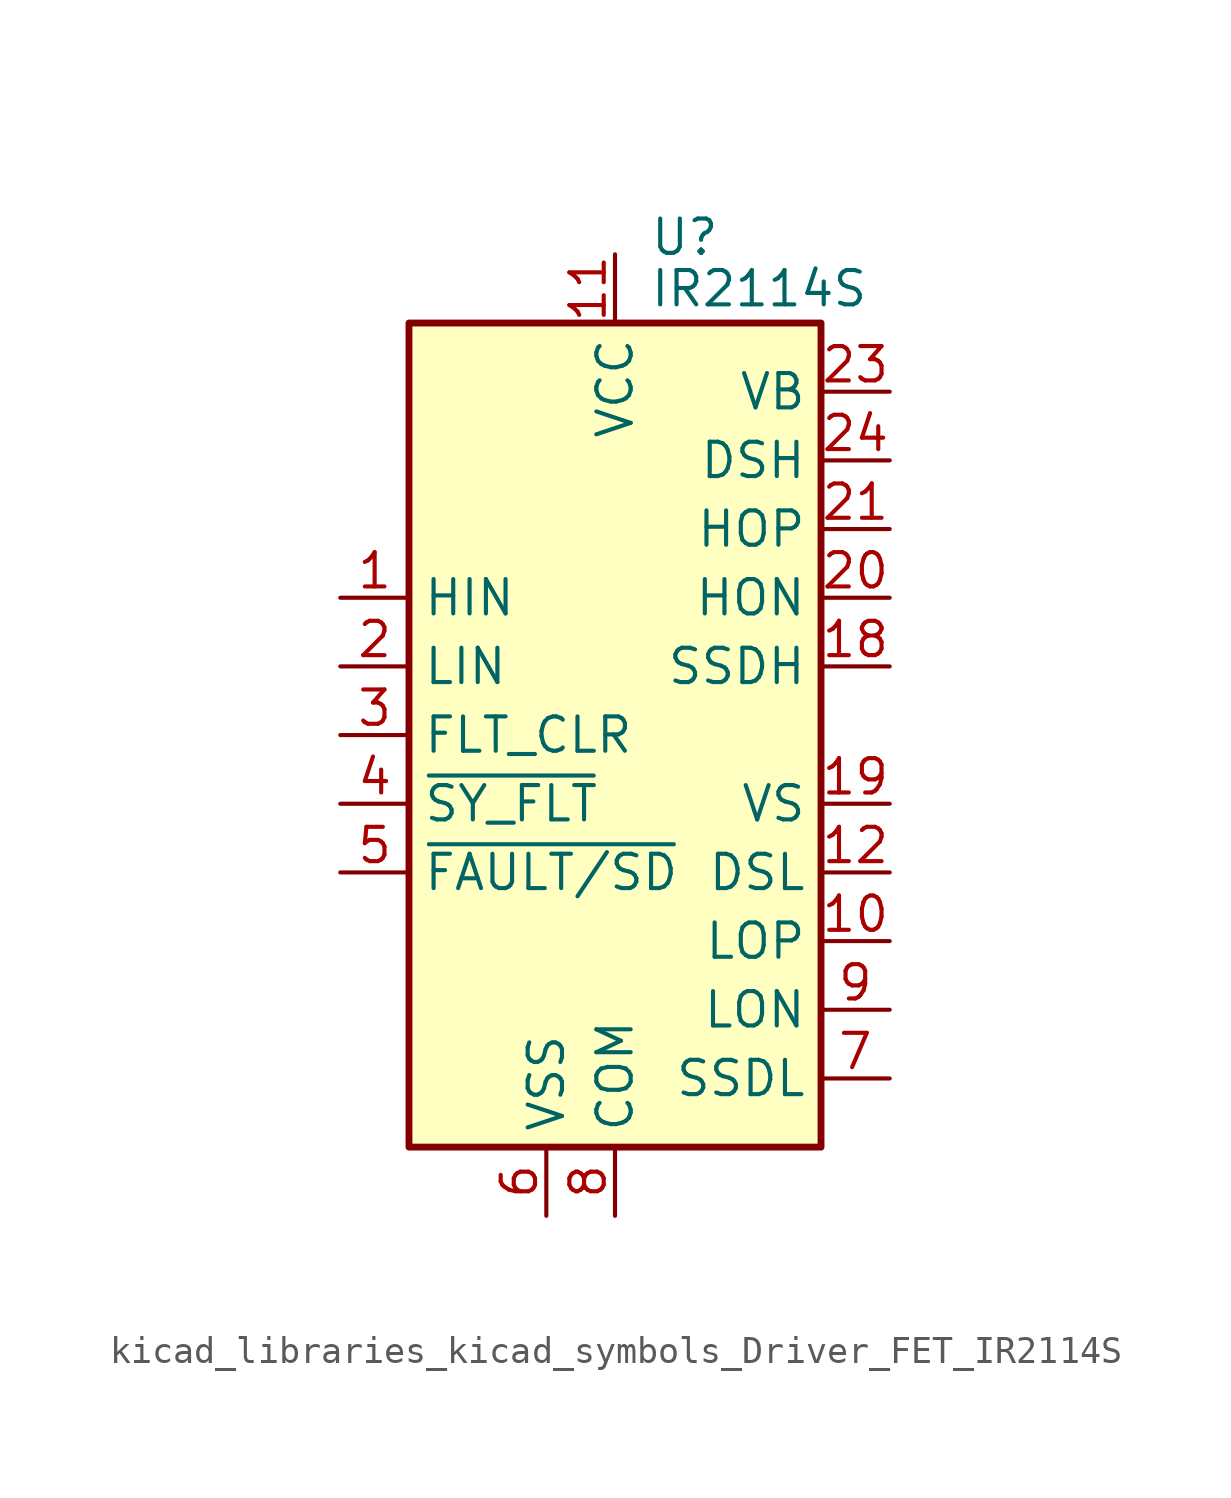
<source format=kicad_sym>
(kicad_symbol_lib
  (version 20220914)
  (generator kicad_symbol_editor)
  (symbol "kicad_libraries_kicad_symbols_Driver_FET_IR2114S"
    (property "Reference" "U"
      (at 1.27 18.415 0)
      (effects (font (size 1.27 1.27)) (justify left)))
    (property "Value" "IR2114S"
      (at 1.27 16.51 0)
      (effects (font (size 1.27 1.27)) (justify left)))
    (symbol "kicad_libraries_kicad_symbols_Driver_FET_IR2114S_0_1"
      (rectangle (start -7.62 -15.24) (end 7.62 15.24) (stroke (width 0.254) (type default)) (fill (type background))))
    (symbol "kicad_libraries_kicad_symbols_Driver_FET_IR2114S_1_1"
      (pin input line (at -10.16 5.08 0) (length 2.54) (name "HIN" (effects (font (size 1.27 1.27)))) (number "1" (effects (font (size 1.27 1.27)))))
      (pin output line (at 10.16 -7.62 180) (length 2.54) (name "LOP" (effects (font (size 1.27 1.27)))) (number "10" (effects (font (size 1.27 1.27)))))
      (pin power_in line (at 0 17.78 270) (length 2.54) (name "VCC" (effects (font (size 1.27 1.27)))) (number "11" (effects (font (size 1.27 1.27)))))
      (pin input line (at 10.16 -5.08 180) (length 2.54) (name "DSL" (effects (font (size 1.27 1.27)))) (number "12" (effects (font (size 1.27 1.27)))))
      (pin no_connect line (at -7.62 12.7 0) (length 2.54) hide (name "NC" (effects (font (size 1.27 1.27)))) (number "13" (effects (font (size 1.27 1.27)))))
      (pin no_connect line (at -7.62 10.16 0) (length 2.54) hide (name "NC" (effects (font (size 1.27 1.27)))) (number "14" (effects (font (size 1.27 1.27)))))
      (pin no_connect line (at -7.62 7.62 0) (length 2.54) hide (name "NC" (effects (font (size 1.27 1.27)))) (number "15" (effects (font (size 1.27 1.27)))))
      (pin no_connect line (at -7.62 -7.62 0) (length 2.54) hide (name "NC" (effects (font (size 1.27 1.27)))) (number "16" (effects (font (size 1.27 1.27)))))
      (pin no_connect line (at -7.62 -10.16 0) (length 2.54) hide (name "NC" (effects (font (size 1.27 1.27)))) (number "17" (effects (font (size 1.27 1.27)))))
      (pin input line (at 10.16 2.54 180) (length 2.54) (name "SSDH" (effects (font (size 1.27 1.27)))) (number "18" (effects (font (size 1.27 1.27)))))
      (pin passive line (at 10.16 -2.54 180) (length 2.54) (name "VS" (effects (font (size 1.27 1.27)))) (number "19" (effects (font (size 1.27 1.27)))))
      (pin input line (at -10.16 2.54 0) (length 2.54) (name "LIN" (effects (font (size 1.27 1.27)))) (number "2" (effects (font (size 1.27 1.27)))))
      (pin output line (at 10.16 5.08 180) (length 2.54) (name "HON" (effects (font (size 1.27 1.27)))) (number "20" (effects (font (size 1.27 1.27)))))
      (pin output line (at 10.16 7.62 180) (length 2.54) (name "HOP" (effects (font (size 1.27 1.27)))) (number "21" (effects (font (size 1.27 1.27)))))
      (pin no_connect line (at -7.62 -12.7 0) (length 2.54) hide (name "NC" (effects (font (size 1.27 1.27)))) (number "22" (effects (font (size 1.27 1.27)))))
      (pin passive line (at 10.16 12.7 180) (length 2.54) (name "VB" (effects (font (size 1.27 1.27)))) (number "23" (effects (font (size 1.27 1.27)))))
      (pin input line (at 10.16 10.16 180) (length 2.54) (name "DSH" (effects (font (size 1.27 1.27)))) (number "24" (effects (font (size 1.27 1.27)))))
      (pin input line (at -10.16 0 0) (length 2.54) (name "FLT_CLR" (effects (font (size 1.27 1.27)))) (number "3" (effects (font (size 1.27 1.27)))))
      (pin bidirectional line (at -10.16 -2.54 0) (length 2.54) (name "~{SY_FLT}" (effects (font (size 1.27 1.27)))) (number "4" (effects (font (size 1.27 1.27)))))
      (pin bidirectional line (at -10.16 -5.08 0) (length 2.54) (name "~{FAULT/SD}" (effects (font (size 1.27 1.27)))) (number "5" (effects (font (size 1.27 1.27)))))
      (pin power_in line (at -2.54 -17.78 90) (length 2.54) (name "VSS" (effects (font (size 1.27 1.27)))) (number "6" (effects (font (size 1.27 1.27)))))
      (pin input line (at 10.16 -12.7 180) (length 2.54) (name "SSDL" (effects (font (size 1.27 1.27)))) (number "7" (effects (font (size 1.27 1.27)))))
      (pin power_in line (at 0 -17.78 90) (length 2.54) (name "COM" (effects (font (size 1.27 1.27)))) (number "8" (effects (font (size 1.27 1.27)))))
      (pin output line (at 10.16 -10.16 180) (length 2.54) (name "LON" (effects (font (size 1.27 1.27)))) (number "9" (effects (font (size 1.27 1.27))))))))
</source>
